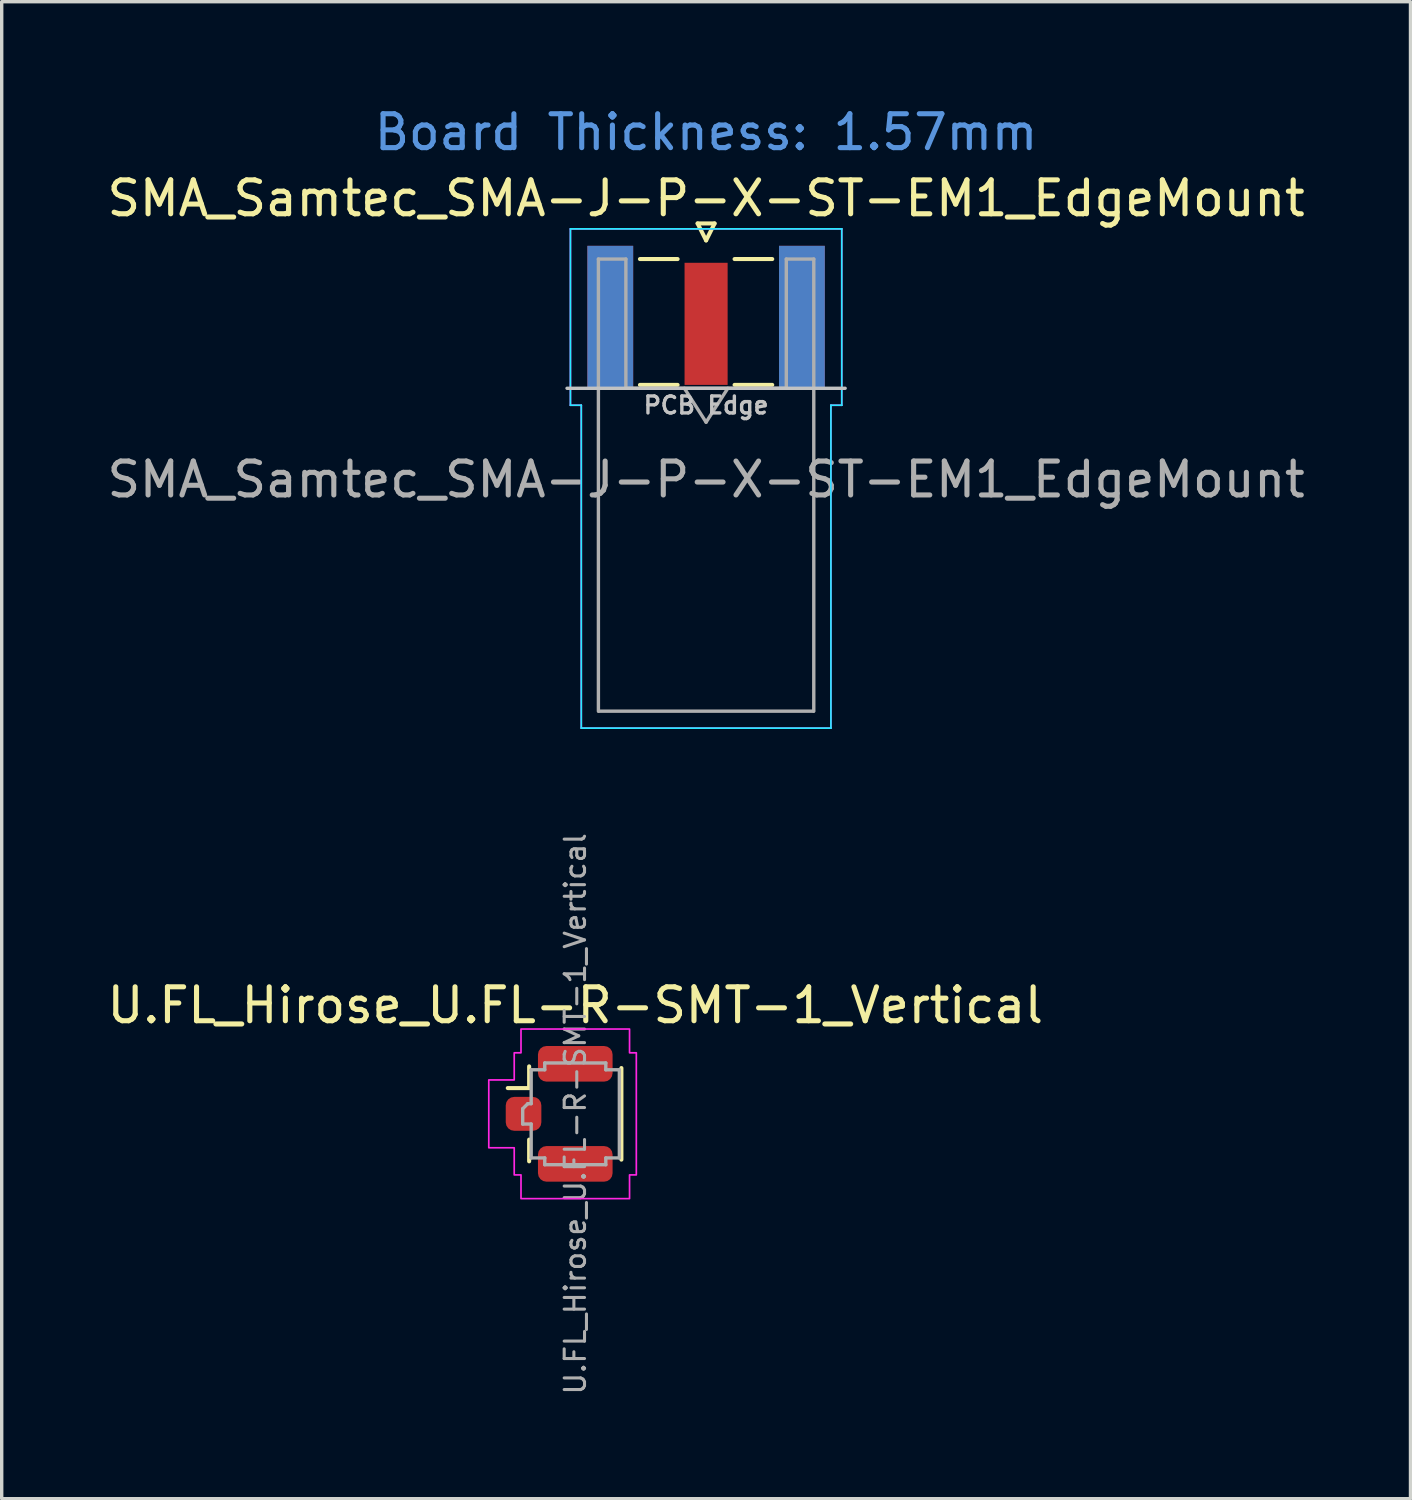
<source format=kicad_pcb>
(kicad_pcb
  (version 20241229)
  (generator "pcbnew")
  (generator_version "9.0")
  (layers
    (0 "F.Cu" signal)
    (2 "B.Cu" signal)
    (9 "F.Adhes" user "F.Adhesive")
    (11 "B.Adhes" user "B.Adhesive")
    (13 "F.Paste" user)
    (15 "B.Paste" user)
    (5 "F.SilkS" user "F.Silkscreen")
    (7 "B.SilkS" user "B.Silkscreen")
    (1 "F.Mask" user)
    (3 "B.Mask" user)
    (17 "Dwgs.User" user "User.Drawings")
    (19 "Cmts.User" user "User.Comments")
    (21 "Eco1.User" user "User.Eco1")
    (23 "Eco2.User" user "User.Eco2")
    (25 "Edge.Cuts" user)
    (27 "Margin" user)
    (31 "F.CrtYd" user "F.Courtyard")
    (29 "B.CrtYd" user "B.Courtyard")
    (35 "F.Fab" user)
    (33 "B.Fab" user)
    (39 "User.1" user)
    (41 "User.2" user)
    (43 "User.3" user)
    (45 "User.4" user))
  (footprint "SMA_Samtec_SMA-J-P-X-ST-EM1_EdgeMount"
    (layer "F.Cu")
    (at 17.768 6.298)
    (property "Reference" "SMA_Samtec_SMA-J-P-X-ST-EM1_EdgeMount" (at 0 -3.5 0) (layer "F.SilkS") (effects (font (size 1 1) (thickness 0.15))))
    (attr smd)
    (fp_line (start -1.95 -1.71) (end -0.84 -1.71) (stroke (width 0.12) (type solid)) (layer "F.SilkS"))
    (fp_line (start -1.95 2) (end -0.84 2) (stroke (width 0.12) (type solid)) (layer "F.SilkS"))
    (fp_line (start -0.25 -2.76) (end 0 -2.26) (stroke (width 0.12) (type solid)) (layer "F.SilkS"))
    (fp_line (start 0 -2.26) (end 0.25 -2.76) (stroke (width 0.12) (type solid)) (layer "F.SilkS"))
    (fp_line (start 0.25 -2.76) (end -0.25 -2.76) (stroke (width 0.12) (type solid)) (layer "F.SilkS"))
    (fp_line (start 0.84 -1.71) (end 1.95 -1.71) (stroke (width 0.12) (type solid)) (layer "F.SilkS"))
    (fp_line (start 0.84 2) (end 1.95 2) (stroke (width 0.12) (type solid)) (layer "F.SilkS"))
    (fp_line (start 4.1 2.1) (end -4.1 2.1) (stroke (width 0.1) (type solid)) (layer "Dwgs.User"))
    (fp_line (start -4 -2.6) (end 4 -2.6) (stroke (width 0.05) (type solid)) (layer "B.CrtYd"))
    (fp_line (start -4 2.6) (end -4 -2.6) (stroke (width 0.05) (type solid)) (layer "B.CrtYd"))
    (fp_line (start -3.68 2.6) (end -4 2.6) (stroke (width 0.05) (type solid)) (layer "B.CrtYd"))
    (fp_line (start -3.68 12.12) (end -3.68 2.6) (stroke (width 0.05) (type solid)) (layer "B.CrtYd"))
    (fp_line (start 3.68 2.6) (end 3.68 12.12) (stroke (width 0.05) (type solid)) (layer "B.CrtYd"))
    (fp_line (start 3.68 12.12) (end -3.68 12.12) (stroke (width 0.05) (type solid)) (layer "B.CrtYd"))
    (fp_line (start 4 2.6) (end 3.68 2.6) (stroke (width 0.05) (type solid)) (layer "B.CrtYd"))
    (fp_line (start 4 2.6) (end 4 -2.6) (stroke (width 0.05) (type solid)) (layer "B.CrtYd"))
    (fp_line (start -4 -2.6) (end 4 -2.6) (stroke (width 0.05) (type solid)) (layer "F.CrtYd"))
    (fp_line (start -4 2.6) (end -4 -2.6) (stroke (width 0.05) (type solid)) (layer "F.CrtYd"))
    (fp_line (start -3.68 2.6) (end -4 2.6) (stroke (width 0.05) (type solid)) (layer "F.CrtYd"))
    (fp_line (start -3.68 12.12) (end -3.68 2.6) (stroke (width 0.05) (type solid)) (layer "F.CrtYd"))
    (fp_line (start 3.68 2.6) (end 3.68 12.12) (stroke (width 0.05) (type solid)) (layer "F.CrtYd"))
    (fp_line (start 3.68 2.6) (end 4 2.6) (stroke (width 0.05) (type solid)) (layer "F.CrtYd"))
    (fp_line (start 3.68 12.12) (end -3.68 12.12) (stroke (width 0.05) (type solid)) (layer "F.CrtYd"))
    (fp_line (start 4 2.6) (end 4 -2.6) (stroke (width 0.05) (type solid)) (layer "F.CrtYd"))
    (fp_line (start -3.175 -1.71) (end -3.175 11.62) (stroke (width 0.1) (type solid)) (layer "F.Fab"))
    (fp_line (start -2.365 -1.71) (end -3.175 -1.71) (stroke (width 0.1) (type solid)) (layer "F.Fab"))
    (fp_line (start -2.365 2.1) (end -2.365 -1.71) (stroke (width 0.1) (type solid)) (layer "F.Fab"))
    (fp_line (start 0 3.1) (end -0.64 2.1) (stroke (width 0.1) (type solid)) (layer "F.Fab"))
    (fp_line (start 0.64 2.1) (end 0 3.1) (stroke (width 0.1) (type solid)) (layer "F.Fab"))
    (fp_line (start 2.365 -1.71) (end 2.365 2.1) (stroke (width 0.1) (type solid)) (layer "F.Fab"))
    (fp_line (start 2.365 2.1) (end -2.365 2.1) (stroke (width 0.1) (type solid)) (layer "F.Fab"))
    (fp_line (start 3.165 11.62) (end -3.165 11.62) (stroke (width 0.1) (type solid)) (layer "F.Fab"))
    (fp_line (start 3.175 -1.71) (end 2.365 -1.71) (stroke (width 0.1) (type solid)) (layer "F.Fab"))
    (fp_line (start 3.175 -1.71) (end 3.175 11.62) (stroke (width 0.1) (type solid)) (layer "F.Fab"))
    (fp_text user "PCB Edge" (at 0 2.6 0) (layer "Dwgs.User") (effects (font (size 0.5 0.5) (thickness 0.1))))
    (fp_text user "Board Thickness: 1.57mm" (at 0 -5.45 0) (layer "Cmts.User") (effects (font (size 1 1) (thickness 0.15))))
    (fp_text user "${REFERENCE}" (at 0 4.79 180) (layer "F.Fab") (effects (font (size 1 1) (thickness 0.15))))
    (pad "1" smd rect (at 0 0.2) (size 1.27 3.6) (layers "F.Cu" "F.Mask" "F.Paste"))
    (pad "2" smd rect (at -2.825 0) (size 1.35 4.2) (layers "F.Cu" "F.Mask" "F.Paste"))
    (pad "2" smd rect (at -2.825 0) (size 1.35 4.2) (layers "B.Cu" "B.Mask" "B.Paste"))
    (pad "2" smd rect (at 2.825 0) (size 1.35 4.2) (layers "F.Cu" "F.Mask" "F.Paste"))
    (pad "2" smd rect (at 2.825 0) (size 1.35 4.2) (layers "B.Cu" "B.Mask" "B.Paste")))
  (footprint "U.FL_Hirose_U.FL-R-SMT-1_Vertical"
    (layer "F.Cu")
    (at 13.911 29.79)
    (property "Reference" "U.FL_Hirose_U.FL-R-SMT-1_Vertical" (at 0 -3.2 0) (layer "F.SilkS") (effects (font (size 1 1) (thickness 0.15))))
    (attr smd)
    (fp_rect (start -0.99 -0.94) (end 1.1 0.94) (stroke (width 0) (type solid)) (fill yes) (layer "F.Mask"))
    (fp_line (start -1.36 -1.4) (end -1.36 -0.76) (stroke (width 0.12) (type solid)) (layer "F.SilkS"))
    (fp_line (start -1.36 -0.76) (end -1.99 -0.76) (stroke (width 0.12) (type solid)) (layer "F.SilkS"))
    (fp_line (start -1.36 1.4) (end -1.36 0.76) (stroke (width 0.12) (type solid)) (layer "F.SilkS"))
    (fp_line (start 1.36 -1.35) (end 1.36 1.35) (stroke (width 0.12) (type solid)) (layer "F.SilkS"))
    (fp_poly (pts (xy 1.6 -1.8) (xy 1.8 -1.8) (xy 1.8 1.8) (xy 1.6 1.8) (xy 1.6 2.5) (xy -1.6 2.5) (xy -1.6 1.8) (xy -1.8 1.8) (xy -1.8 1) (xy -2.55 1) (xy -2.55 -1) (xy -1.8 -1) (xy -1.8 -1.8) (xy -1.6 -1.8) (xy -1.6 -2.5) (xy 1.6 -2.5)) (stroke (width 0.05) (type default)) (fill no) (layer "F.CrtYd"))
    (fp_line (start -1.55 0.3) (end -1.55 -0.15) (stroke (width 0.1) (type solid)) (layer "F.Fab"))
    (fp_line (start -1.55 0.3) (end -1.3 0.3) (stroke (width 0.1) (type solid)) (layer "F.Fab"))
    (fp_line (start -1.4 -0.3) (end -1.55 -0.15) (stroke (width 0.1) (type solid)) (layer "F.Fab"))
    (fp_line (start -1.4 -0.3) (end -1.3 -0.3) (stroke (width 0.1) (type solid)) (layer "F.Fab"))
    (fp_line (start -1.3 -0.3) (end -1.3 -1.3) (stroke (width 0.1) (type solid)) (layer "F.Fab"))
    (fp_line (start -1.3 0.3) (end -1.3 1.3) (stroke (width 0.1) (type solid)) (layer "F.Fab"))
    (fp_line (start -0.9 -1.5) (end -0.9 -1.3) (stroke (width 0.1) (type solid)) (layer "F.Fab"))
    (fp_line (start -0.9 -1.5) (end 0.9 -1.5) (stroke (width 0.1) (type solid)) (layer "F.Fab"))
    (fp_line (start -0.9 -1.3) (end -1.3 -1.3) (stroke (width 0.1) (type solid)) (layer "F.Fab"))
    (fp_line (start -0.9 1.3) (end -1.3 1.3) (stroke (width 0.1) (type solid)) (layer "F.Fab"))
    (fp_line (start -0.9 1.5) (end -0.9 1.3) (stroke (width 0.1) (type solid)) (layer "F.Fab"))
    (fp_line (start -0.9 1.5) (end 0.9 1.5) (stroke (width 0.1) (type solid)) (layer "F.Fab"))
    (fp_line (start 0.9 -1.5) (end 0.9 -1.3) (stroke (width 0.1) (type solid)) (layer "F.Fab"))
    (fp_line (start 0.9 1.5) (end 0.9 1.3) (stroke (width 0.1) (type solid)) (layer "F.Fab"))
    (fp_line (start 1.3 -1.3) (end 0.9 -1.3) (stroke (width 0.1) (type solid)) (layer "F.Fab"))
    (fp_line (start 1.3 -1.3) (end 1.3 1.3) (stroke (width 0.1) (type solid)) (layer "F.Fab"))
    (fp_line (start 1.3 1.3) (end 0.9 1.3) (stroke (width 0.1) (type solid)) (layer "F.Fab"))
    (fp_text user "${REFERENCE}" (at 0 0 90) (layer "F.Fab") (effects (font (size 0.6 0.6) (thickness 0.09))))
    (pad "1" smd roundrect (at -1.525 0) (size 1.05 1) (layers "F.Cu" "F.Mask" "F.Paste") (roundrect_rratio 0.25))
    (pad "2" smd roundrect (at 0 -1.475) (size 2.2 1.05) (layers "F.Cu" "F.Mask" "F.Paste") (roundrect_rratio 0.238))
    (pad "2" smd roundrect (at 0 1.475) (size 2.2 1.05) (layers "F.Cu" "F.Mask" "F.Paste") (roundrect_rratio 0.238))
    (zone (net_name "") (layer "F.Cu") (name "top_keepout") (hatch edge 0.5) (connect_pads) (min_thickness 0.25) (filled_areas_thickness no) (keepout (tracks not_allowed) (vias not_allowed) (pads not_allowed) (copperpour not_allowed) (footprints allowed)) (placement (enabled no)) (fill) (polygon (pts (xy 15.011 28.84) (xy 12.921 28.84) (xy 12.921 30.74) (xy 15.011 30.74)))))
  (gr_rect
    (start -3 -3)
    (end 38.536 41.136)
    (stroke (width 0.1) (type default))
    (fill no)
    (layer "Edge.Cuts")))
</source>
